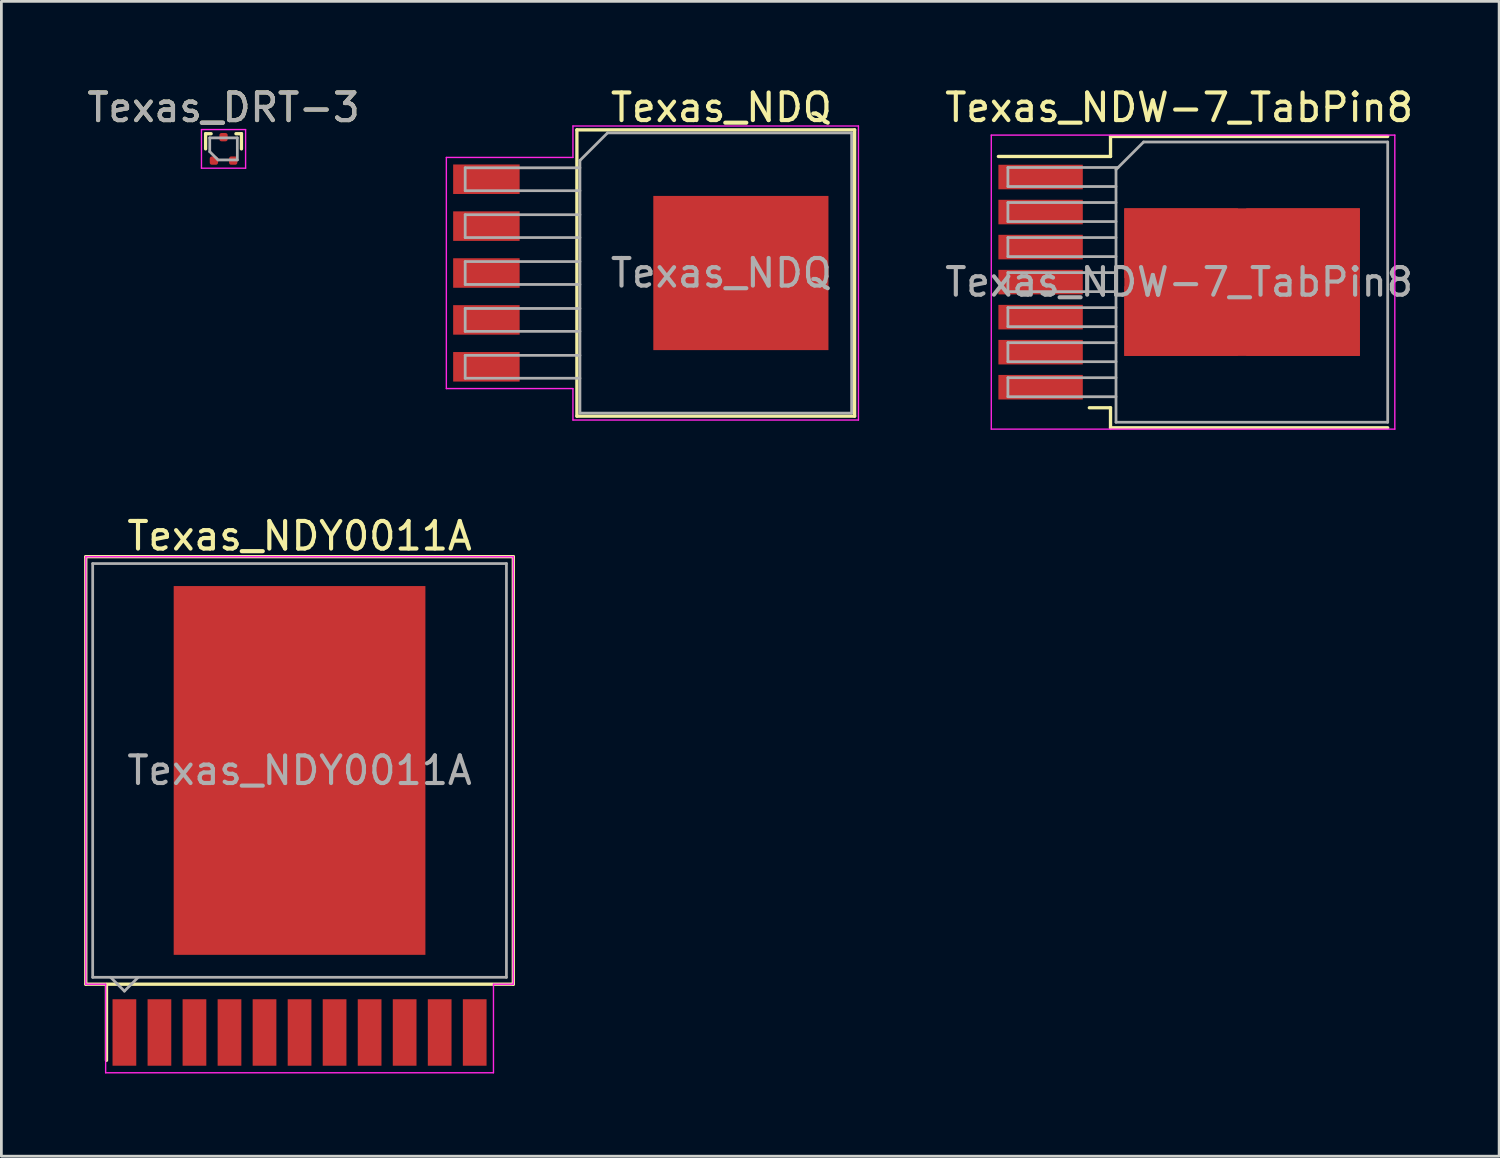
<source format=kicad_pcb>
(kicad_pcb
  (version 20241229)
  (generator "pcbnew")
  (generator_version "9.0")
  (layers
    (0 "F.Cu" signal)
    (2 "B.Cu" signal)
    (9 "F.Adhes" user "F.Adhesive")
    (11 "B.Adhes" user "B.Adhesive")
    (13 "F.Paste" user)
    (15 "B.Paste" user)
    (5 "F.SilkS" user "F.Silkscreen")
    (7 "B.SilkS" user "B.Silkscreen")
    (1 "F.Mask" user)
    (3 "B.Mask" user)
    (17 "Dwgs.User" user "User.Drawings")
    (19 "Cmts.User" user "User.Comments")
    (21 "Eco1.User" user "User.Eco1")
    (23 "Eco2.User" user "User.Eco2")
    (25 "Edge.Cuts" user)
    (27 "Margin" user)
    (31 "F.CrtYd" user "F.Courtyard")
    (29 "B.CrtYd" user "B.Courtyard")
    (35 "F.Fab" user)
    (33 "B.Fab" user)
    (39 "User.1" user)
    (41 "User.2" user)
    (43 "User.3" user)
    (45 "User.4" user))
  (footprint "Texas_NDY0011A"
    (layer "F.Cu")
    (at 7.81 26.892)
    (property "Reference" "Texas_NDY0011A" (at 0 -10.51 0) (layer "F.SilkS") (effects (font (size 1 1) (thickness 0.15))))
    (attr smd)
    (fp_line (start -7.75 -9.76) (end 7.75 -9.76) (stroke (width 0.12) (type solid)) (layer "F.SilkS"))
    (fp_line (start -7.75 5.74) (end -7.75 -9.76) (stroke (width 0.12) (type solid)) (layer "F.SilkS"))
    (fp_line (start -7.75 5.74) (end 7.75 5.74) (stroke (width 0.12) (type solid)) (layer "F.SilkS"))
    (fp_line (start -7 5.75) (end -7 8.5) (stroke (width 0.12) (type solid)) (layer "F.SilkS"))
    (fp_line (start 7.75 -9.76) (end 7.75 5.74) (stroke (width 0.12) (type solid)) (layer "F.SilkS"))
    (fp_line (start -7.75 -9.76) (end 7.75 -9.76) (stroke (width 0.05) (type solid)) (layer "F.CrtYd"))
    (fp_line (start -7.75 5.74) (end -7.75 -9.76) (stroke (width 0.05) (type solid)) (layer "F.CrtYd"))
    (fp_line (start -7.03 5.74) (end -7.75 5.74) (stroke (width 0.05) (type solid)) (layer "F.CrtYd"))
    (fp_line (start -7.03 8.95) (end -7.03 5.74) (stroke (width 0.05) (type solid)) (layer "F.CrtYd"))
    (fp_line (start 7.03 5.74) (end 7.03 8.95) (stroke (width 0.05) (type solid)) (layer "F.CrtYd"))
    (fp_line (start 7.03 8.95) (end -7.03 8.95) (stroke (width 0.05) (type solid)) (layer "F.CrtYd"))
    (fp_line (start 7.75 -9.76) (end 7.75 5.74) (stroke (width 0.05) (type solid)) (layer "F.CrtYd"))
    (fp_line (start 7.75 5.74) (end 7.03 5.74) (stroke (width 0.05) (type solid)) (layer "F.CrtYd"))
    (fp_line (start -7.5 -9.51) (end 7.5 -9.51) (stroke (width 0.1) (type solid)) (layer "F.Fab"))
    (fp_line (start -7.5 5.49) (end -7.5 -9.51) (stroke (width 0.1) (type solid)) (layer "F.Fab"))
    (fp_line (start -6.85 5.49) (end -6.35 5.99) (stroke (width 0.1) (type solid)) (layer "F.Fab"))
    (fp_line (start -6.35 5.99) (end -5.85 5.49) (stroke (width 0.1) (type solid)) (layer "F.Fab"))
    (fp_line (start 7.5 -9.51) (end 7.5 5.49) (stroke (width 0.1) (type solid)) (layer "F.Fab"))
    (fp_line (start 7.5 5.49) (end -7.5 5.49) (stroke (width 0.1) (type solid)) (layer "F.Fab"))
    (fp_text user "${REFERENCE}" (at 0 -2.01 0) (layer "F.Fab") (effects (font (size 1 1) (thickness 0.15))))
    (pad "1" smd rect (at -6.35 7.49) (size 0.86 2.41) (layers "F.Cu" "F.Mask" "F.Paste"))
    (pad "2" smd rect (at -5.08 7.49) (size 0.86 2.41) (layers "F.Cu" "F.Mask" "F.Paste"))
    (pad "3" smd rect (at -3.81 7.49) (size 0.86 2.41) (layers "F.Cu" "F.Mask" "F.Paste"))
    (pad "4" smd rect (at -2.54 7.49) (size 0.86 2.41) (layers "F.Cu" "F.Mask" "F.Paste"))
    (pad "5" smd rect (at -1.27 7.49) (size 0.86 2.41) (layers "F.Cu" "F.Mask" "F.Paste"))
    (pad "6" smd rect (at 0 7.49) (size 0.86 2.41) (layers "F.Cu" "F.Mask" "F.Paste"))
    (pad "7" smd rect (at 1.27 7.49) (size 0.86 2.41) (layers "F.Cu" "F.Mask" "F.Paste"))
    (pad "8" smd rect (at 2.54 7.49) (size 0.86 2.41) (layers "F.Cu" "F.Mask" "F.Paste"))
    (pad "9" smd rect (at 3.81 7.49) (size 0.86 2.41) (layers "F.Cu" "F.Mask" "F.Paste"))
    (pad "10" smd rect (at 5.08 7.49) (size 0.86 2.41) (layers "F.Cu" "F.Mask" "F.Paste"))
    (pad "11" smd rect (at 6.35 7.49) (size 0.86 2.41) (layers "F.Cu" "F.Mask" "F.Paste"))
    (pad "12" smd rect (at 0 -2.01) (size 9.126 13.37) (layers "F.Cu" "F.Mask" "F.Paste")))
  (footprint "Texas_NDQ"
    (layer "F.Cu")
    (at 20.602 6.848)
    (property "Reference" "Texas_NDQ" (at 2.5 -6 0) (layer "F.SilkS") (effects (font (size 1 1) (thickness 0.15))))
    (attr smd)
    (fp_line (start -2.737 -5.19) (end -2.737 5.19) (stroke (width 0.12) (type solid)) (layer "F.SilkS"))
    (fp_line (start -2.737 -5.19) (end 7.332 -5.19) (stroke (width 0.12) (type solid)) (layer "F.SilkS"))
    (fp_line (start 7.332 5.19) (end -2.737 5.19) (stroke (width 0.12) (type solid)) (layer "F.SilkS"))
    (fp_line (start 7.332 5.19) (end 7.332 -5.19) (stroke (width 0.12) (type solid)) (layer "F.SilkS"))
    (fp_line (start -7.47 4.19) (end -7.47 -4.19) (stroke (width 0.05) (type solid)) (layer "F.CrtYd"))
    (fp_line (start -2.88 -4.19) (end -7.47 -4.19) (stroke (width 0.05) (type solid)) (layer "F.CrtYd"))
    (fp_line (start -2.88 -4.19) (end -2.88 -5.33) (stroke (width 0.05) (type solid)) (layer "F.CrtYd"))
    (fp_line (start -2.88 4.19) (end -7.47 4.19) (stroke (width 0.05) (type solid)) (layer "F.CrtYd"))
    (fp_line (start -2.88 5.33) (end -2.88 4.19) (stroke (width 0.05) (type solid)) (layer "F.CrtYd"))
    (fp_line (start 7.47 -5.33) (end -2.88 -5.33) (stroke (width 0.05) (type solid)) (layer "F.CrtYd"))
    (fp_line (start 7.47 -5.33) (end 7.47 5.33) (stroke (width 0.05) (type solid)) (layer "F.CrtYd"))
    (fp_line (start 7.47 5.33) (end -2.88 5.33) (stroke (width 0.05) (type solid)) (layer "F.CrtYd"))
    (fp_line (start -6.787 -3.815) (end -6.787 -2.985) (stroke (width 0.1) (type solid)) (layer "F.Fab"))
    (fp_line (start -6.787 -2.115) (end -6.787 -1.285) (stroke (width 0.1) (type solid)) (layer "F.Fab"))
    (fp_line (start -6.787 -0.415) (end -6.787 0.415) (stroke (width 0.1) (type solid)) (layer "F.Fab"))
    (fp_line (start -6.787 1.285) (end -6.787 2.115) (stroke (width 0.1) (type solid)) (layer "F.Fab"))
    (fp_line (start -6.787 2.985) (end -6.787 3.815) (stroke (width 0.1) (type solid)) (layer "F.Fab"))
    (fp_line (start -2.627 -3.815) (end -6.787 -3.815) (stroke (width 0.1) (type solid)) (layer "F.Fab"))
    (fp_line (start -2.627 -2.985) (end -6.787 -2.985) (stroke (width 0.1) (type solid)) (layer "F.Fab"))
    (fp_line (start -2.627 -2.115) (end -6.787 -2.115) (stroke (width 0.1) (type solid)) (layer "F.Fab"))
    (fp_line (start -2.627 -1.285) (end -6.787 -1.285) (stroke (width 0.1) (type solid)) (layer "F.Fab"))
    (fp_line (start -2.627 -0.415) (end -6.787 -0.415) (stroke (width 0.1) (type solid)) (layer "F.Fab"))
    (fp_line (start -2.627 0.415) (end -6.787 0.415) (stroke (width 0.1) (type solid)) (layer "F.Fab"))
    (fp_line (start -2.627 1.285) (end -6.787 1.285) (stroke (width 0.1) (type solid)) (layer "F.Fab"))
    (fp_line (start -2.627 2.115) (end -6.787 2.115) (stroke (width 0.1) (type solid)) (layer "F.Fab"))
    (fp_line (start -2.627 2.985) (end -6.787 2.985) (stroke (width 0.1) (type solid)) (layer "F.Fab"))
    (fp_line (start -2.627 3.815) (end -6.787 3.815) (stroke (width 0.1) (type solid)) (layer "F.Fab"))
    (fp_line (start -2.627 5.08) (end -2.627 -4.08) (stroke (width 0.1) (type solid)) (layer "F.Fab"))
    (fp_line (start -1.627 -5.08) (end -2.627 -4.08) (stroke (width 0.1) (type solid)) (layer "F.Fab"))
    (fp_line (start -1.627 -5.08) (end 7.223 -5.08) (stroke (width 0.1) (type solid)) (layer "F.Fab"))
    (fp_line (start 7.223 -5.08) (end 7.223 5.08) (stroke (width 0.1) (type solid)) (layer "F.Fab"))
    (fp_line (start 7.223 5.08) (end -2.627 5.08) (stroke (width 0.1) (type solid)) (layer "F.Fab"))
    (fp_text user "${REFERENCE}" (at 2.5 0 0) (layer "F.Fab") (effects (font (size 1 1) (thickness 0.15))))
    (pad "1" smd rect (at -6.018 -3.4) (size 2.41 1.07) (layers "F.Cu" "F.Mask" "F.Paste"))
    (pad "2" smd rect (at -6.018 -1.7) (size 2.41 1.07) (layers "F.Cu" "F.Mask" "F.Paste"))
    (pad "3" smd rect (at -6.018 0) (size 2.41 1.07) (layers "F.Cu" "F.Mask" "F.Paste"))
    (pad "4" smd rect (at -6.018 1.7) (size 2.41 1.07) (layers "F.Cu" "F.Mask" "F.Paste"))
    (pad "5" smd rect (at -6.018 3.4) (size 2.41 1.07) (layers "F.Cu" "F.Mask" "F.Paste"))
    (pad "6" smd rect (at 3.208 0) (size 6.35 5.59) (layers "F.Cu" "F.Mask" "F.Paste")))
  (footprint "Texas_DRT-3"
    (layer "F.Cu")
    (at 5.054 2.348)
    (property "Reference" "Texas_DRT-3" (at 0 -1.5 0) (layer "F.SilkS") (effects (font (size 1 1) (thickness 0.15))))
    (attr smd)
    (fp_line (start -0.65 -0.55) (end -0.45 -0.55) (stroke (width 0.12) (type solid)) (layer "F.SilkS"))
    (fp_line (start -0.65 0) (end -0.65 -0.55) (stroke (width 0.12) (type solid)) (layer "F.SilkS"))
    (fp_line (start 0.65 -0.55) (end 0.45 -0.55) (stroke (width 0.12) (type solid)) (layer "F.SilkS"))
    (fp_line (start 0.65 0) (end 0.65 -0.55) (stroke (width 0.12) (type solid)) (layer "F.SilkS"))
    (fp_line (start -0.8 -0.7) (end 0.8 -0.7) (stroke (width 0.05) (type solid)) (layer "F.CrtYd"))
    (fp_line (start -0.8 0.7) (end -0.8 -0.7) (stroke (width 0.05) (type solid)) (layer "F.CrtYd"))
    (fp_line (start 0.8 -0.7) (end 0.8 0.7) (stroke (width 0.05) (type solid)) (layer "F.CrtYd"))
    (fp_line (start 0.8 0.7) (end -0.8 0.7) (stroke (width 0.05) (type solid)) (layer "F.CrtYd"))
    (fp_line (start -0.5 -0.4) (end 0.5 -0.4) (stroke (width 0.1) (type solid)) (layer "F.Fab"))
    (fp_line (start -0.5 0.1) (end -0.5 -0.4) (stroke (width 0.1) (type solid)) (layer "F.Fab"))
    (fp_line (start -0.5 0.1) (end -0.2 0.4) (stroke (width 0.1) (type solid)) (layer "F.Fab"))
    (fp_line (start 0.5 -0.4) (end 0.5 0.4) (stroke (width 0.1) (type solid)) (layer "F.Fab"))
    (fp_line (start 0.5 0.4) (end -0.2 0.4) (stroke (width 0.1) (type solid)) (layer "F.Fab"))
    (fp_text user "${REFERENCE}" (at 0 -1.5 0) (layer "F.Fab") (effects (font (size 1 1) (thickness 0.15))))
    (pad "1" smd roundrect (at -0.35 0.425) (size 0.3 0.3) (layers "F.Cu" "F.Mask" "F.Paste") (roundrect_rratio 0.25))
    (pad "2" smd roundrect (at 0.35 0.425) (size 0.3 0.3) (layers "F.Cu" "F.Mask" "F.Paste") (roundrect_rratio 0.25))
    (pad "3" smd roundrect (at 0 -0.425) (size 0.3 0.3) (layers "F.Cu" "F.Mask" "F.Paste") (roundrect_rratio 0.25)))
  (footprint "Texas_NDW-7_TabPin8"
    (layer "F.Cu")
    (at 39.698 7.178)
    (property "Reference" "Texas_NDW-7_TabPin8" (at 0 -6.33 0) (layer "F.SilkS") (effects (font (size 1 1) (thickness 0.15))))
    (attr smd)
    (fp_line (start -2.487 -5.28) (end -2.487 -4.555) (stroke (width 0.12) (type solid)) (layer "F.SilkS"))
    (fp_line (start -2.487 -4.555) (end -6.553 -4.555) (stroke (width 0.12) (type solid)) (layer "F.SilkS"))
    (fp_line (start -2.487 4.555) (end -3.255 4.555) (stroke (width 0.12) (type solid)) (layer "F.SilkS"))
    (fp_line (start -2.487 5.28) (end -2.487 4.555) (stroke (width 0.12) (type solid)) (layer "F.SilkS"))
    (fp_line (start 7.562 -5.28) (end -2.487 -5.28) (stroke (width 0.12) (type solid)) (layer "F.SilkS"))
    (fp_line (start 7.562 5.28) (end -2.487 5.28) (stroke (width 0.12) (type solid)) (layer "F.SilkS"))
    (fp_line (start -6.81 -5.33) (end -6.81 5.33) (stroke (width 0.05) (type solid)) (layer "F.CrtYd"))
    (fp_line (start -6.81 5.33) (end 7.82 5.33) (stroke (width 0.05) (type solid)) (layer "F.CrtYd"))
    (fp_line (start 7.82 -5.33) (end -6.81 -5.33) (stroke (width 0.05) (type solid)) (layer "F.CrtYd"))
    (fp_line (start 7.82 5.33) (end 7.82 -5.33) (stroke (width 0.05) (type solid)) (layer "F.CrtYd"))
    (fp_line (start -6.207 -4.155) (end -6.207 -3.465) (stroke (width 0.1) (type solid)) (layer "F.Fab"))
    (fp_line (start -6.207 -3.465) (end -2.288 -3.465) (stroke (width 0.1) (type solid)) (layer "F.Fab"))
    (fp_line (start -6.207 -2.885) (end -6.207 -2.195) (stroke (width 0.1) (type solid)) (layer "F.Fab"))
    (fp_line (start -6.207 -2.195) (end -2.288 -2.195) (stroke (width 0.1) (type solid)) (layer "F.Fab"))
    (fp_line (start -6.207 -1.615) (end -6.207 -0.925) (stroke (width 0.1) (type solid)) (layer "F.Fab"))
    (fp_line (start -6.207 -0.925) (end -2.288 -0.925) (stroke (width 0.1) (type solid)) (layer "F.Fab"))
    (fp_line (start -6.207 -0.345) (end -6.207 0.345) (stroke (width 0.1) (type solid)) (layer "F.Fab"))
    (fp_line (start -6.207 0.345) (end -2.288 0.345) (stroke (width 0.1) (type solid)) (layer "F.Fab"))
    (fp_line (start -6.207 0.925) (end -6.207 1.615) (stroke (width 0.1) (type solid)) (layer "F.Fab"))
    (fp_line (start -6.207 1.615) (end -2.288 1.615) (stroke (width 0.1) (type solid)) (layer "F.Fab"))
    (fp_line (start -6.207 2.195) (end -6.207 2.885) (stroke (width 0.1) (type solid)) (layer "F.Fab"))
    (fp_line (start -6.207 2.885) (end -2.288 2.885) (stroke (width 0.1) (type solid)) (layer "F.Fab"))
    (fp_line (start -6.207 3.465) (end -6.207 4.155) (stroke (width 0.1) (type solid)) (layer "F.Fab"))
    (fp_line (start -6.207 4.155) (end -2.288 4.155) (stroke (width 0.1) (type solid)) (layer "F.Fab"))
    (fp_line (start -2.288 -4.08) (end -1.288 -5.08) (stroke (width 0.1) (type solid)) (layer "F.Fab"))
    (fp_line (start -2.288 -2.885) (end -6.207 -2.885) (stroke (width 0.1) (type solid)) (layer "F.Fab"))
    (fp_line (start -2.288 -1.615) (end -6.207 -1.615) (stroke (width 0.1) (type solid)) (layer "F.Fab"))
    (fp_line (start -2.288 -0.345) (end -6.207 -0.345) (stroke (width 0.1) (type solid)) (layer "F.Fab"))
    (fp_line (start -2.288 0.925) (end -6.207 0.925) (stroke (width 0.1) (type solid)) (layer "F.Fab"))
    (fp_line (start -2.288 2.195) (end -6.207 2.195) (stroke (width 0.1) (type solid)) (layer "F.Fab"))
    (fp_line (start -2.288 3.465) (end -6.207 3.465) (stroke (width 0.1) (type solid)) (layer "F.Fab"))
    (fp_line (start -2.288 5.08) (end -2.288 -4.08) (stroke (width 0.1) (type solid)) (layer "F.Fab"))
    (fp_line (start -2.212 -4.155) (end -6.207 -4.155) (stroke (width 0.1) (type solid)) (layer "F.Fab"))
    (fp_line (start -1.288 -5.08) (end 7.562 -5.08) (stroke (width 0.1) (type solid)) (layer "F.Fab"))
    (fp_line (start 7.562 -5.08) (end 7.562 5.08) (stroke (width 0.1) (type solid)) (layer "F.Fab"))
    (fp_line (start 7.562 5.08) (end -2.288 5.08) (stroke (width 0.1) (type solid)) (layer "F.Fab"))
    (fp_text user "${REFERENCE}" (at 0 0 0) (layer "F.Fab") (effects (font (size 1 1) (thickness 0.15))))
    (pad "1" smd rect (at -5.022 -3.81) (size 3.06 0.89) (layers "F.Cu" "F.Mask" "F.Paste"))
    (pad "2" smd rect (at -5.022 -2.54) (size 3.06 0.89) (layers "F.Cu" "F.Mask" "F.Paste"))
    (pad "3" smd rect (at -5.022 -1.27) (size 3.06 0.89) (layers "F.Cu" "F.Mask" "F.Paste"))
    (pad "4" smd rect (at -5.022 0) (size 3.06 0.89) (layers "F.Cu" "F.Mask" "F.Paste"))
    (pad "5" smd rect (at -5.022 1.27) (size 3.06 0.89) (layers "F.Cu" "F.Mask" "F.Paste"))
    (pad "6" smd rect (at -5.022 2.54) (size 3.06 0.89) (layers "F.Cu" "F.Mask" "F.Paste"))
    (pad "7" smd rect (at -5.022 3.81) (size 3.06 0.89) (layers "F.Cu" "F.Mask" "F.Paste"))
    (pad "8" smd rect (at 0.072 -1.413) (size 4.12 2.525) (layers "F.Cu" "F.Paste"))
    (pad "8" smd rect (at 0.072 1.413) (size 4.12 2.525) (layers "F.Cu" "F.Paste"))
    (pad "8" smd rect (at 2.283 0) (size 8.54 5.35) (layers "F.Cu" "F.Mask"))
    (pad "8" smd rect (at 4.492 -1.413) (size 4.12 2.525) (layers "F.Cu" "F.Paste"))
    (pad "8" smd rect (at 4.492 1.413) (size 4.12 2.525) (layers "F.Cu" "F.Paste")))
  (gr_rect
    (start -3 -3)
    (end 51.3 38.867)
    (stroke (width 0.1) (type default))
    (fill no)
    (layer "Edge.Cuts")))
</source>
